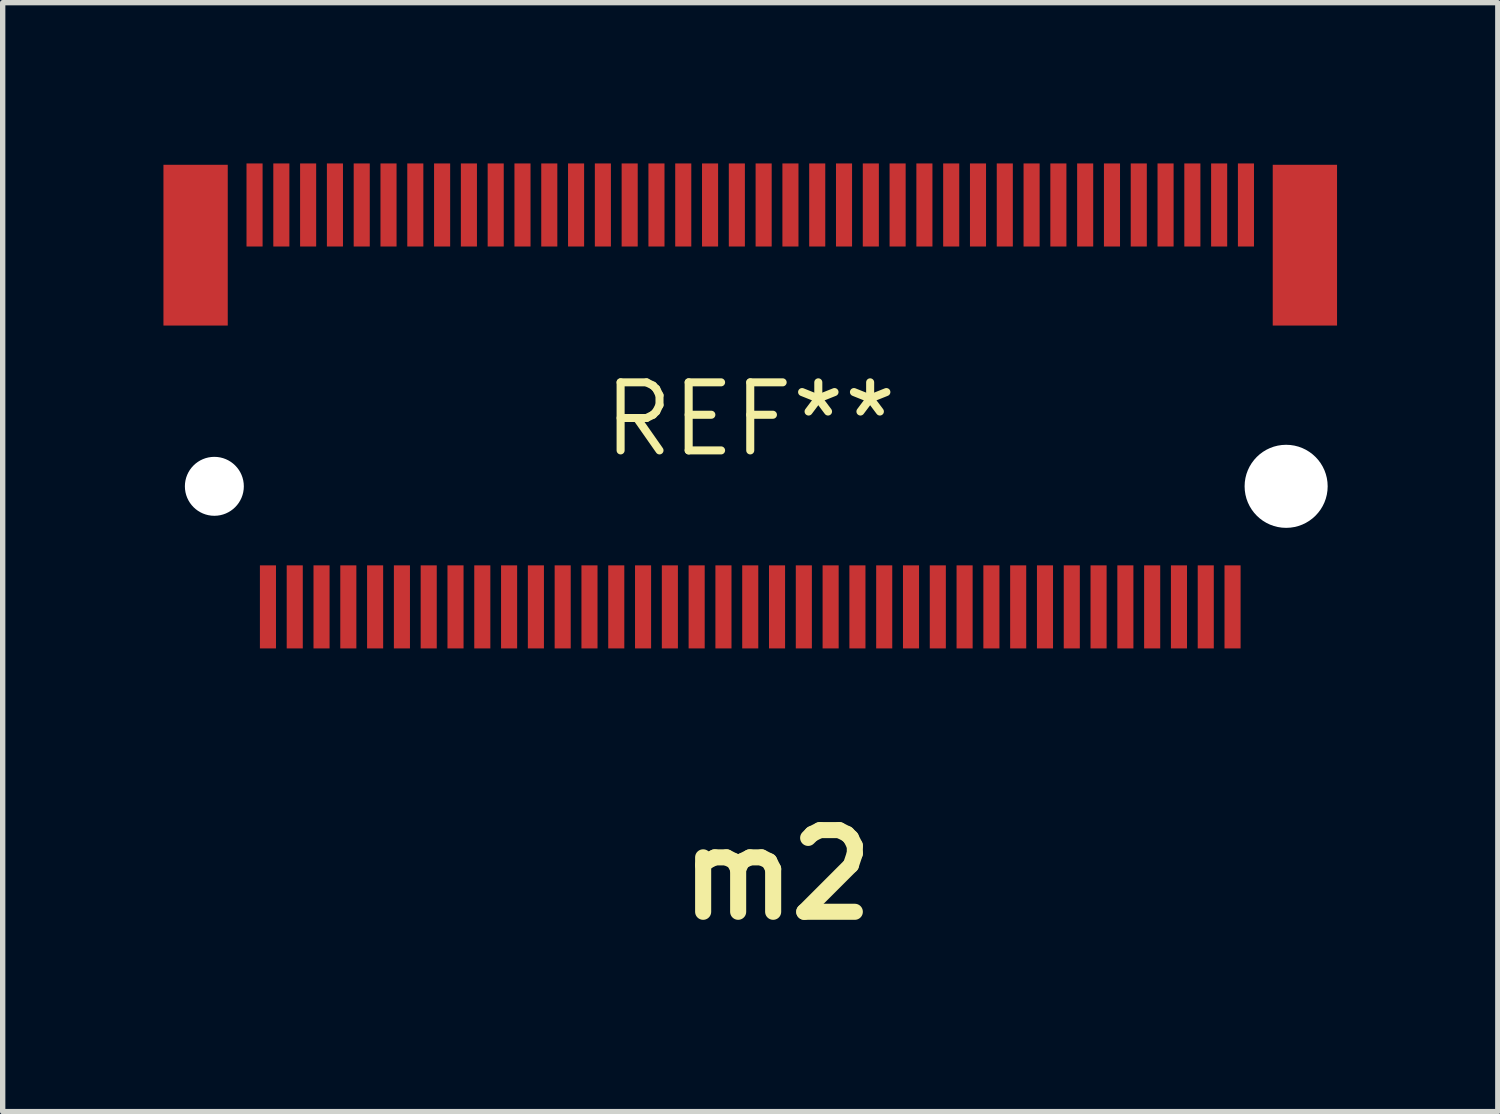
<source format=kicad_pcb>
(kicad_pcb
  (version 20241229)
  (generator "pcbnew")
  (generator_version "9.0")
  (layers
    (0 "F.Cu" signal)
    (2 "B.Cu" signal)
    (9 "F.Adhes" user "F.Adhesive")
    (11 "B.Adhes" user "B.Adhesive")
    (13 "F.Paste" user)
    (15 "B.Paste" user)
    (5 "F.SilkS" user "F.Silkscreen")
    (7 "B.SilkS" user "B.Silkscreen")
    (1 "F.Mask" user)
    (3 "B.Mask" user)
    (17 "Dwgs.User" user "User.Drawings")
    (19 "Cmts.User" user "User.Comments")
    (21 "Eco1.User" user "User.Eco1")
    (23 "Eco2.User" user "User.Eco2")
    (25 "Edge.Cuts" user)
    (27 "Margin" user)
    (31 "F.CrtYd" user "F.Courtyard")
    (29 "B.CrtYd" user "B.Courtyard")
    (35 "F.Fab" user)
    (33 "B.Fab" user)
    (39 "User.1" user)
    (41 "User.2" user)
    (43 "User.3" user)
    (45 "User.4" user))
  (footprint "m2"
    (layer "F.Cu")
    (at 10.7 4.275)
    (property "Reference" "m2" (at 0.75 9 0) (layer "F.SilkS") (effects (font (size 1.524 1.524) (thickness 0.3))))
    (attr through_hole)
    (fp_text user "REF**" (at 0.25 0.5 0) (layer "F.SilkS") (effects (font (size 1.27 1.27) (thickness 0.15))))
    (pad "" np_thru_hole circle (at -9.75 1.75) (size 1.1 1.1) (drill 1.1) (layers "*.Cu" "*.Mask"))
    (pad "" np_thru_hole circle (at 10.25 1.75) (size 1.55 1.55) (drill 1.55) (layers "*.Cu" "*.Mask"))
    (pad "1" smd rect (at -9 -3.5) (size 0.3 1.55) (layers "F.Cu" "F.Mask" "F.Paste"))
    (pad "2" smd rect (at -8.75 4) (size 0.3 1.55) (layers "F.Cu" "F.Mask" "F.Paste"))
    (pad "3" smd rect (at -8.5 -3.5) (size 0.3 1.55) (layers "F.Cu" "F.Mask" "F.Paste"))
    (pad "4" smd rect (at -8.25 4) (size 0.3 1.55) (layers "F.Cu" "F.Mask" "F.Paste"))
    (pad "5" smd rect (at -8 -3.5) (size 0.3 1.55) (layers "F.Cu" "F.Mask" "F.Paste"))
    (pad "6" smd rect (at -7.75 4) (size 0.3 1.55) (layers "F.Cu" "F.Mask" "F.Paste"))
    (pad "7" smd rect (at -7.5 -3.5) (size 0.3 1.55) (layers "F.Cu" "F.Mask" "F.Paste"))
    (pad "8" smd rect (at -7.25 4) (size 0.3 1.55) (layers "F.Cu" "F.Mask" "F.Paste"))
    (pad "9" smd rect (at -7 -3.5) (size 0.3 1.55) (layers "F.Cu" "F.Mask" "F.Paste"))
    (pad "10" smd rect (at -6.75 4) (size 0.3 1.55) (layers "F.Cu" "F.Mask" "F.Paste"))
    (pad "11" smd rect (at -6.5 -3.5) (size 0.3 1.55) (layers "F.Cu" "F.Mask" "F.Paste"))
    (pad "12" smd rect (at -6.25 4) (size 0.3 1.55) (layers "F.Cu" "F.Mask" "F.Paste"))
    (pad "13" smd rect (at -6 -3.5) (size 0.3 1.55) (layers "F.Cu" "F.Mask" "F.Paste"))
    (pad "14" smd rect (at -5.75 4) (size 0.3 1.55) (layers "F.Cu" "F.Mask" "F.Paste"))
    (pad "15" smd rect (at -5.5 -3.5) (size 0.3 1.55) (layers "F.Cu" "F.Mask" "F.Paste"))
    (pad "16" smd rect (at -5.25 4) (size 0.3 1.55) (layers "F.Cu" "F.Mask" "F.Paste"))
    (pad "17" smd rect (at -5 -3.5) (size 0.3 1.55) (layers "F.Cu" "F.Mask" "F.Paste"))
    (pad "18" smd rect (at -4.75 4) (size 0.3 1.55) (layers "F.Cu" "F.Mask" "F.Paste"))
    (pad "19" smd rect (at -4.5 -3.5) (size 0.3 1.55) (layers "F.Cu" "F.Mask" "F.Paste"))
    (pad "20" smd rect (at -4.25 4) (size 0.3 1.55) (layers "F.Cu" "F.Mask" "F.Paste"))
    (pad "21" smd rect (at -4 -3.5) (size 0.3 1.55) (layers "F.Cu" "F.Mask" "F.Paste"))
    (pad "22" smd rect (at -3.75 4) (size 0.3 1.55) (layers "F.Cu" "F.Mask" "F.Paste"))
    (pad "23" smd rect (at -3.5 -3.5) (size 0.3 1.55) (layers "F.Cu" "F.Mask" "F.Paste"))
    (pad "24" smd rect (at -3.25 4) (size 0.3 1.55) (layers "F.Cu" "F.Mask" "F.Paste"))
    (pad "25" smd rect (at -3 -3.5) (size 0.3 1.55) (layers "F.Cu" "F.Mask" "F.Paste"))
    (pad "26" smd rect (at -2.75 4) (size 0.3 1.55) (layers "F.Cu" "F.Mask" "F.Paste"))
    (pad "27" smd rect (at -2.5 -3.5) (size 0.3 1.55) (layers "F.Cu" "F.Mask" "F.Paste"))
    (pad "28" smd rect (at -2.25 4) (size 0.3 1.55) (layers "F.Cu" "F.Mask" "F.Paste"))
    (pad "29" smd rect (at -2 -3.5) (size 0.3 1.55) (layers "F.Cu" "F.Mask" "F.Paste"))
    (pad "30" smd rect (at -1.75 4) (size 0.3 1.55) (layers "F.Cu" "F.Mask" "F.Paste"))
    (pad "31" smd rect (at -1.5 -3.5) (size 0.3 1.55) (layers "F.Cu" "F.Mask" "F.Paste"))
    (pad "32" smd rect (at -1.25 4) (size 0.3 1.55) (layers "F.Cu" "F.Mask" "F.Paste"))
    (pad "33" smd rect (at -1 -3.5) (size 0.3 1.55) (layers "F.Cu" "F.Mask" "F.Paste"))
    (pad "34" smd rect (at -0.75 4) (size 0.3 1.55) (layers "F.Cu" "F.Mask" "F.Paste"))
    (pad "35" smd rect (at -0.5 -3.5) (size 0.3 1.55) (layers "F.Cu" "F.Mask" "F.Paste"))
    (pad "36" smd rect (at -0.25 4) (size 0.3 1.55) (layers "F.Cu" "F.Mask" "F.Paste"))
    (pad "37" smd rect (at 0 -3.5) (size 0.3 1.55) (layers "F.Cu" "F.Mask" "F.Paste"))
    (pad "38" smd rect (at 0.25 4) (size 0.3 1.55) (layers "F.Cu" "F.Mask" "F.Paste"))
    (pad "39" smd rect (at 0.5 -3.5) (size 0.3 1.55) (layers "F.Cu" "F.Mask" "F.Paste"))
    (pad "40" smd rect (at 0.75 4) (size 0.3 1.55) (layers "F.Cu" "F.Mask" "F.Paste"))
    (pad "41" smd rect (at 1 -3.5) (size 0.3 1.55) (layers "F.Cu" "F.Mask" "F.Paste"))
    (pad "42" smd rect (at 1.25 4) (size 0.3 1.55) (layers "F.Cu" "F.Mask" "F.Paste"))
    (pad "43" smd rect (at 1.5 -3.5) (size 0.3 1.55) (layers "F.Cu" "F.Mask" "F.Paste"))
    (pad "44" smd rect (at 1.75 4) (size 0.3 1.55) (layers "F.Cu" "F.Mask" "F.Paste"))
    (pad "45" smd rect (at 2 -3.5) (size 0.3 1.55) (layers "F.Cu" "F.Mask" "F.Paste"))
    (pad "46" smd rect (at 2.25 4) (size 0.3 1.55) (layers "F.Cu" "F.Mask" "F.Paste"))
    (pad "47" smd rect (at 2.5 -3.5) (size 0.3 1.55) (layers "F.Cu" "F.Mask" "F.Paste"))
    (pad "48" smd rect (at 2.75 4) (size 0.3 1.55) (layers "F.Cu" "F.Mask" "F.Paste"))
    (pad "49" smd rect (at 3 -3.5) (size 0.3 1.55) (layers "F.Cu" "F.Mask" "F.Paste"))
    (pad "50" smd rect (at 3.25 4) (size 0.3 1.55) (layers "F.Cu" "F.Mask" "F.Paste"))
    (pad "51" smd rect (at 3.5 -3.5) (size 0.3 1.55) (layers "F.Cu" "F.Mask" "F.Paste"))
    (pad "52" smd rect (at 3.75 4) (size 0.3 1.55) (layers "F.Cu" "F.Mask" "F.Paste"))
    (pad "53" smd rect (at 4 -3.5) (size 0.3 1.55) (layers "F.Cu" "F.Mask" "F.Paste"))
    (pad "54" smd rect (at 4.25 4) (size 0.3 1.55) (layers "F.Cu" "F.Mask" "F.Paste"))
    (pad "55" smd rect (at 4.5 -3.5) (size 0.3 1.55) (layers "F.Cu" "F.Mask" "F.Paste"))
    (pad "56" smd rect (at 4.75 4) (size 0.3 1.55) (layers "F.Cu" "F.Mask" "F.Paste"))
    (pad "57" smd rect (at 5 -3.5) (size 0.3 1.55) (layers "F.Cu" "F.Mask" "F.Paste"))
    (pad "58" smd rect (at 5.25 4) (size 0.3 1.55) (layers "F.Cu" "F.Mask" "F.Paste"))
    (pad "59" smd rect (at 5.5 -3.5) (size 0.3 1.55) (layers "F.Cu" "F.Mask" "F.Paste"))
    (pad "60" smd rect (at 5.75 4) (size 0.3 1.55) (layers "F.Cu" "F.Mask" "F.Paste"))
    (pad "61" smd rect (at 6 -3.5) (size 0.3 1.55) (layers "F.Cu" "F.Mask" "F.Paste"))
    (pad "62" smd rect (at 6.25 4) (size 0.3 1.55) (layers "F.Cu" "F.Mask" "F.Paste"))
    (pad "63" smd rect (at 6.5 -3.5) (size 0.3 1.55) (layers "F.Cu" "F.Mask" "F.Paste"))
    (pad "64" smd rect (at 6.75 4) (size 0.3 1.55) (layers "F.Cu" "F.Mask" "F.Paste"))
    (pad "65" smd rect (at 7 -3.5) (size 0.3 1.55) (layers "F.Cu" "F.Mask" "F.Paste"))
    (pad "66" smd rect (at 7.25 4) (size 0.3 1.55) (layers "F.Cu" "F.Mask" "F.Paste"))
    (pad "67" smd rect (at 7.5 -3.5) (size 0.3 1.55) (layers "F.Cu" "F.Mask" "F.Paste"))
    (pad "68" smd rect (at 7.75 4) (size 0.3 1.55) (layers "F.Cu" "F.Mask" "F.Paste"))
    (pad "69" smd rect (at 8 -3.5) (size 0.3 1.55) (layers "F.Cu" "F.Mask" "F.Paste"))
    (pad "70" smd rect (at 8.25 4) (size 0.3 1.55) (layers "F.Cu" "F.Mask" "F.Paste"))
    (pad "71" smd rect (at 8.5 -3.5) (size 0.3 1.55) (layers "F.Cu" "F.Mask" "F.Paste"))
    (pad "72" smd rect (at 8.75 4) (size 0.3 1.55) (layers "F.Cu" "F.Mask" "F.Paste"))
    (pad "73" smd rect (at 9 -3.5) (size 0.3 1.55) (layers "F.Cu" "F.Mask" "F.Paste"))
    (pad "74" smd rect (at 9.25 4) (size 0.3 1.55) (layers "F.Cu" "F.Mask" "F.Paste"))
    (pad "75" smd rect (at 9.5 -3.5) (size 0.3 1.55) (layers "F.Cu" "F.Mask" "F.Paste"))
    (pad "MP" smd rect (at -10.1 -2.75) (size 1.2 3) (layers "F.Cu" "F.Mask" "F.Paste"))
    (pad "MP" smd rect (at 10.6 -2.75) (size 1.2 3) (layers "F.Cu" "F.Mask" "F.Paste")))
  (gr_rect
    (start -3 -3)
    (end 24.9 17.693)
    (stroke (width 0.1) (type default))
    (fill no)
    (layer "Edge.Cuts")))
</source>
